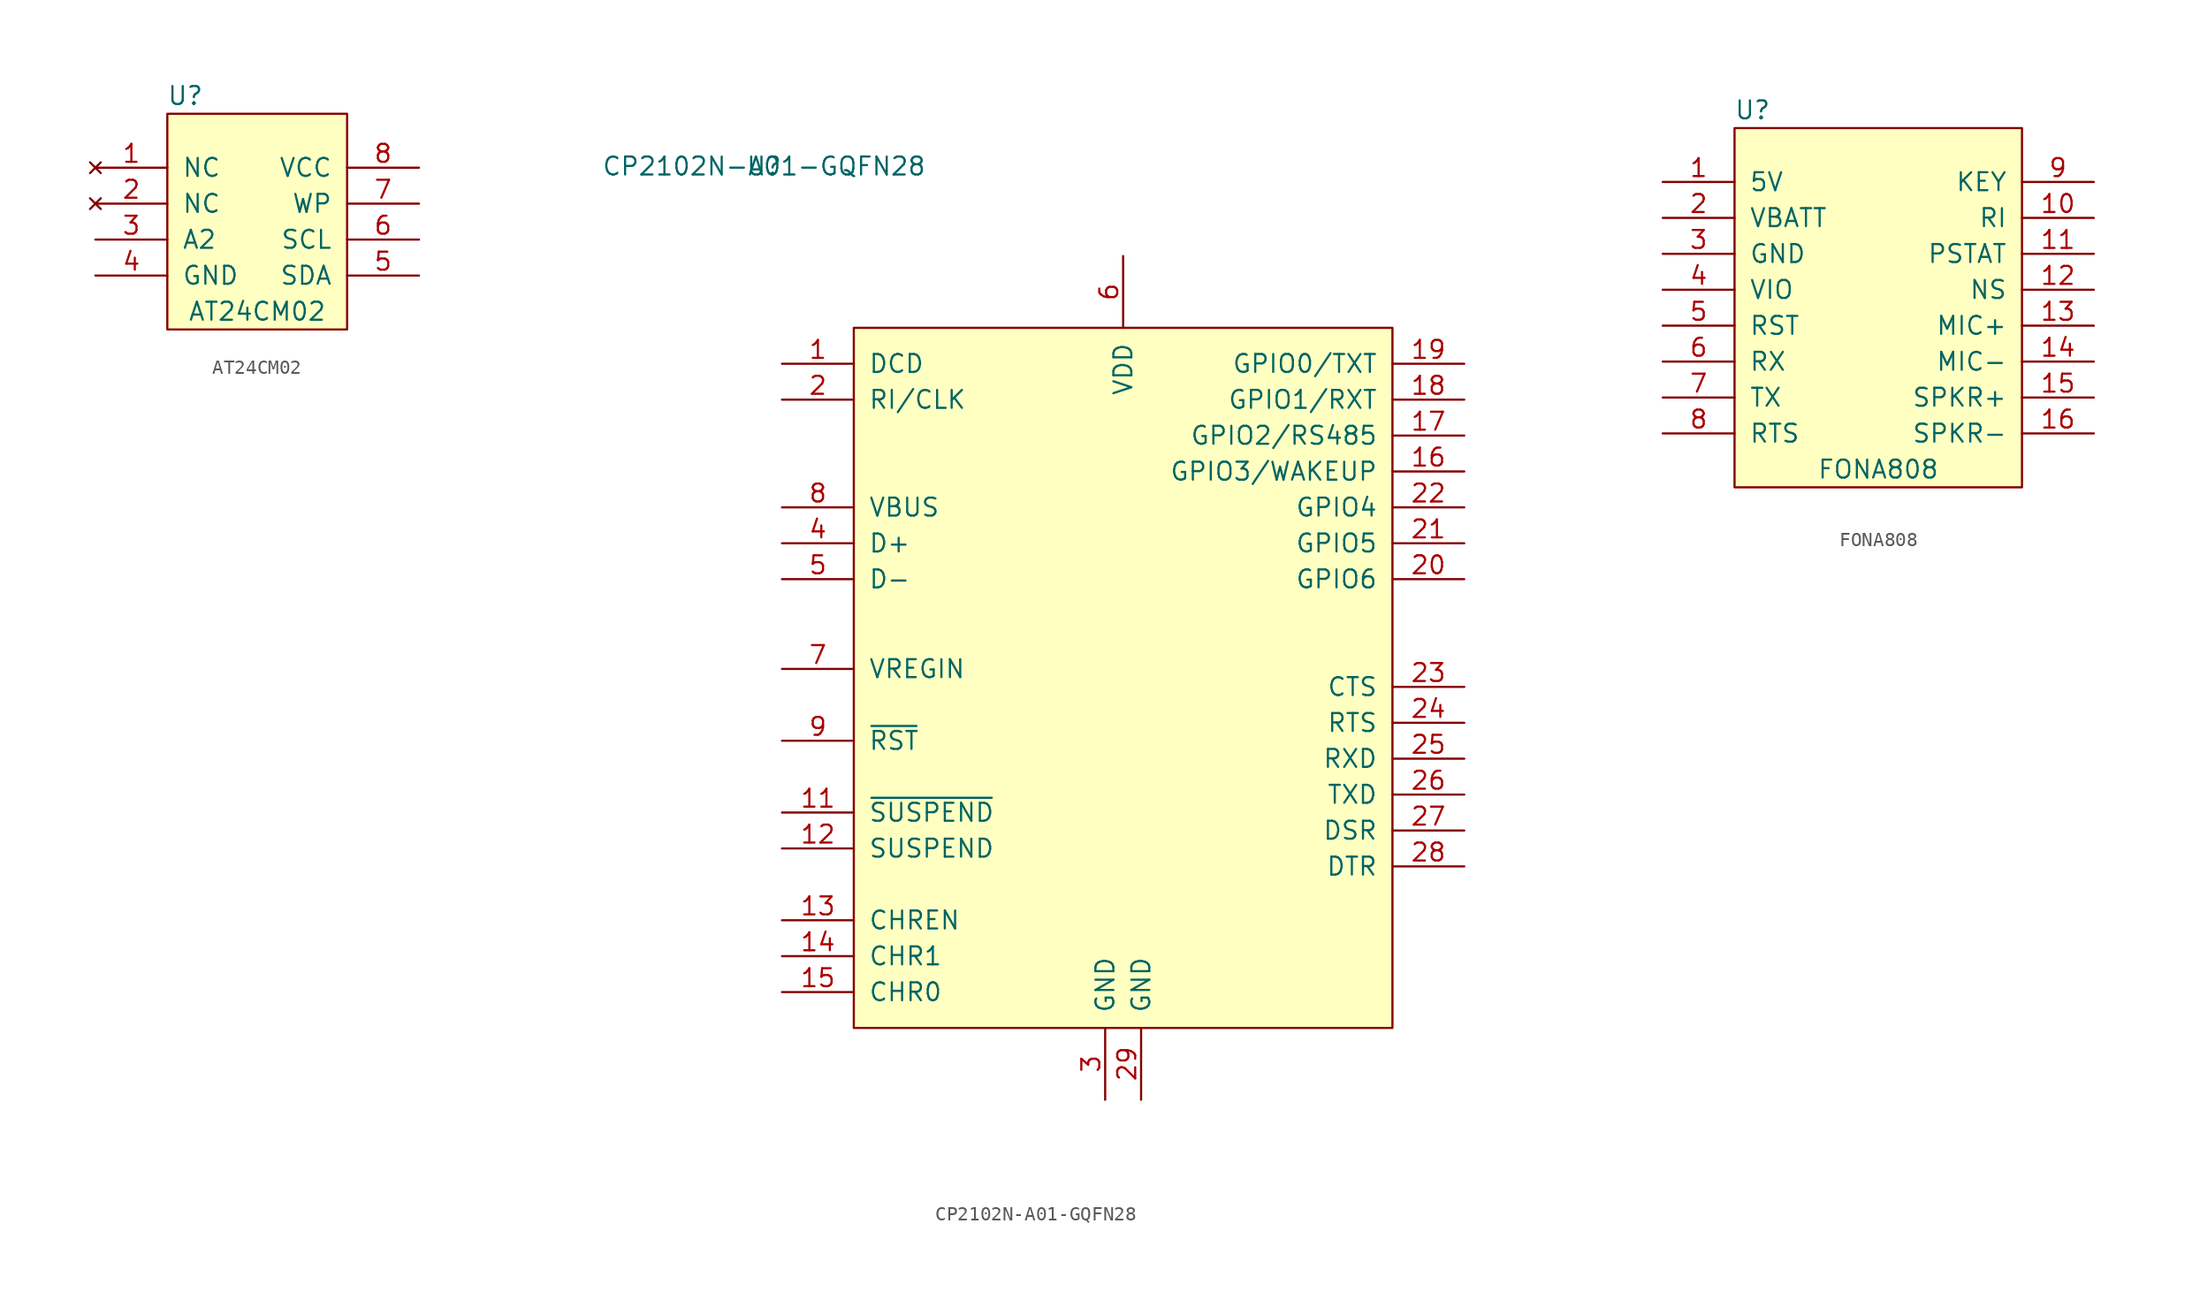
<source format=kicad_sym>
(kicad_symbol_lib
  (version 20211014)
  (generator kicad_symbol_editor)
  (symbol "AT24CM02"
    (pin_names
      (offset 1.016))
    (property "Reference" "U"
      (at -5.08 8.89 0)
      (effects (font (size 1.27 1.27))))
    (property "Value" "AT24CM02"
      (at 0 -6.35 0)
      (effects (font (size 1.27 1.27))))
    (symbol "AT24CM02_0_1"
      (rectangle (start -6.35 7.62) (end 6.35 -7.62) (stroke (width 0) (type default) (color 0 0 0 0)) (fill (type background))))
    (symbol "AT24CM02_1_1"
      (pin no_connect line (at -11.43 3.81 0) (length 5.08) (name "NC" (effects (font (size 1.27 1.27)))) (number "1" (effects (font (size 1.27 1.27)))))
      (pin no_connect line (at -11.43 1.27 0) (length 5.08) (name "NC" (effects (font (size 1.27 1.27)))) (number "2" (effects (font (size 1.27 1.27)))))
      (pin input line (at -11.43 -1.27 0) (length 5.08) (name "A2" (effects (font (size 1.27 1.27)))) (number "3" (effects (font (size 1.27 1.27)))))
      (pin power_in line (at -11.43 -3.81 0) (length 5.08) (name "GND" (effects (font (size 1.27 1.27)))) (number "4" (effects (font (size 1.27 1.27)))))
      (pin bidirectional line (at 11.43 -3.81 180) (length 5.08) (name "SDA" (effects (font (size 1.27 1.27)))) (number "5" (effects (font (size 1.27 1.27)))))
      (pin bidirectional line (at 11.43 -1.27 180) (length 5.08) (name "SCL" (effects (font (size 1.27 1.27)))) (number "6" (effects (font (size 1.27 1.27)))))
      (pin input line (at 11.43 1.27 180) (length 5.08) (name "WP" (effects (font (size 1.27 1.27)))) (number "7" (effects (font (size 1.27 1.27)))))
      (pin power_in line (at 11.43 3.81 180) (length 5.08) (name "VCC" (effects (font (size 1.27 1.27)))) (number "8" (effects (font (size 1.27 1.27)))))))
  (symbol "CP2102N-A01-GQFN28"
    (pin_names
      (offset 1.016))
    (property "Reference" "U"
      (at -25.4 54.61 0)
      (effects (font (size 1.27 1.27))))
    (property "Value" "CP2102N-A01-GQFN28"
      (at -25.4 54.61 0)
      (effects (font (size 1.27 1.27))))
    (symbol "CP2102N-A01-GQFN28_0_1"
      (rectangle (start -19.05 43.18) (end 19.05 -6.35) (stroke (width 0) (type default) (color 0 0 0 0)) (fill (type background))))
    (symbol "CP2102N-A01-GQFN28_1_1"
      (pin input line (at -24.13 40.64 0) (length 5.08) (name "DCD" (effects (font (size 1.27 1.27)))) (number "1" (effects (font (size 1.27 1.27)))))
      (pin no_connect line (at 3.81 -11.43 90) (length 5.08) hide (name "NC" (effects (font (size 1.27 1.27)))) (number "10" (effects (font (size 1.27 1.27)))))
      (pin output line (at -24.13 8.89 0) (length 5.08) (name "~{SUSPEND}" (effects (font (size 1.27 1.27)))) (number "11" (effects (font (size 1.27 1.27)))))
      (pin output line (at -24.13 6.35 0) (length 5.08) (name "SUSPEND" (effects (font (size 1.27 1.27)))) (number "12" (effects (font (size 1.27 1.27)))))
      (pin output line (at -24.13 1.27 0) (length 5.08) (name "CHREN" (effects (font (size 1.27 1.27)))) (number "13" (effects (font (size 1.27 1.27)))))
      (pin output line (at -24.13 -1.27 0) (length 5.08) (name "CHR1" (effects (font (size 1.27 1.27)))) (number "14" (effects (font (size 1.27 1.27)))))
      (pin output line (at -24.13 -3.81 0) (length 5.08) (name "CHR0" (effects (font (size 1.27 1.27)))) (number "15" (effects (font (size 1.27 1.27)))))
      (pin bidirectional line (at 24.13 33.02 180) (length 5.08) (name "GPIO3/WAKEUP" (effects (font (size 1.27 1.27)))) (number "16" (effects (font (size 1.27 1.27)))))
      (pin bidirectional line (at 24.13 35.56 180) (length 5.08) (name "GPIO2/RS485" (effects (font (size 1.27 1.27)))) (number "17" (effects (font (size 1.27 1.27)))))
      (pin bidirectional line (at 24.13 38.1 180) (length 5.08) (name "GPIO1/RXT" (effects (font (size 1.27 1.27)))) (number "18" (effects (font (size 1.27 1.27)))))
      (pin bidirectional line (at 24.13 40.64 180) (length 5.08) (name "GPIO0/TXT" (effects (font (size 1.27 1.27)))) (number "19" (effects (font (size 1.27 1.27)))))
      (pin bidirectional line (at -24.13 38.1 0) (length 5.08) (name "RI/CLK" (effects (font (size 1.27 1.27)))) (number "2" (effects (font (size 1.27 1.27)))))
      (pin bidirectional line (at 24.13 25.4 180) (length 5.08) (name "GPIO6" (effects (font (size 1.27 1.27)))) (number "20" (effects (font (size 1.27 1.27)))))
      (pin bidirectional line (at 24.13 27.94 180) (length 5.08) (name "GPIO5" (effects (font (size 1.27 1.27)))) (number "21" (effects (font (size 1.27 1.27)))))
      (pin bidirectional line (at 24.13 30.48 180) (length 5.08) (name "GPIO4" (effects (font (size 1.27 1.27)))) (number "22" (effects (font (size 1.27 1.27)))))
      (pin input line (at 24.13 17.78 180) (length 5.08) (name "CTS" (effects (font (size 1.27 1.27)))) (number "23" (effects (font (size 1.27 1.27)))))
      (pin output line (at 24.13 15.24 180) (length 5.08) (name "RTS" (effects (font (size 1.27 1.27)))) (number "24" (effects (font (size 1.27 1.27)))))
      (pin input line (at 24.13 12.7 180) (length 5.08) (name "RXD" (effects (font (size 1.27 1.27)))) (number "25" (effects (font (size 1.27 1.27)))))
      (pin output line (at 24.13 10.16 180) (length 5.08) (name "TXD" (effects (font (size 1.27 1.27)))) (number "26" (effects (font (size 1.27 1.27)))))
      (pin input line (at 24.13 7.62 180) (length 5.08) (name "DSR" (effects (font (size 1.27 1.27)))) (number "27" (effects (font (size 1.27 1.27)))))
      (pin output line (at 24.13 5.08 180) (length 5.08) (name "DTR" (effects (font (size 1.27 1.27)))) (number "28" (effects (font (size 1.27 1.27)))))
      (pin power_in line (at 1.27 -11.43 90) (length 5.08) (name "GND" (effects (font (size 1.27 1.27)))) (number "29" (effects (font (size 1.27 1.27)))))
      (pin power_in line (at -1.27 -11.43 90) (length 5.08) (name "GND" (effects (font (size 1.27 1.27)))) (number "3" (effects (font (size 1.27 1.27)))))
      (pin bidirectional line (at -24.13 27.94 0) (length 5.08) (name "D+" (effects (font (size 1.27 1.27)))) (number "4" (effects (font (size 1.27 1.27)))))
      (pin bidirectional line (at -24.13 25.4 0) (length 5.08) (name "D-" (effects (font (size 1.27 1.27)))) (number "5" (effects (font (size 1.27 1.27)))))
      (pin power_in line (at 0 48.26 270) (length 5.08) (name "VDD" (effects (font (size 1.27 1.27)))) (number "6" (effects (font (size 1.27 1.27)))))
      (pin power_in line (at -24.13 19.05 0) (length 5.08) (name "VREGIN" (effects (font (size 1.27 1.27)))) (number "7" (effects (font (size 1.27 1.27)))))
      (pin power_in line (at -24.13 30.48 0) (length 5.08) (name "VBUS" (effects (font (size 1.27 1.27)))) (number "8" (effects (font (size 1.27 1.27)))))
      (pin input line (at -24.13 13.97 0) (length 5.08) (name "~{RST}" (effects (font (size 1.27 1.27)))) (number "9" (effects (font (size 1.27 1.27)))))))
  (symbol "FONA808"
    (pin_names
      (offset 1.016))
    (property "Reference" "U"
      (at -8.89 13.97 0)
      (effects (font (size 1.27 1.27))))
    (property "Value" "FONA808"
      (at 0 -11.43 0)
      (effects (font (size 1.27 1.27))))
    (symbol "FONA808_0_1"
      (rectangle (start -10.16 -12.7) (end 10.16 12.7) (stroke (width 0) (type default) (color 0 0 0 0)) (fill (type background))))
    (symbol "FONA808_1_1"
      (pin power_in line (at -15.24 8.89 0) (length 5.08) (name "5V" (effects (font (size 1.27 1.27)))) (number "1" (effects (font (size 1.27 1.27)))))
      (pin output line (at 15.24 6.35 180) (length 5.08) (name "RI" (effects (font (size 1.27 1.27)))) (number "10" (effects (font (size 1.27 1.27)))))
      (pin output line (at 15.24 3.81 180) (length 5.08) (name "PSTAT" (effects (font (size 1.27 1.27)))) (number "11" (effects (font (size 1.27 1.27)))))
      (pin output line (at 15.24 1.27 180) (length 5.08) (name "NS" (effects (font (size 1.27 1.27)))) (number "12" (effects (font (size 1.27 1.27)))))
      (pin output line (at 15.24 -1.27 180) (length 5.08) (name "MIC+" (effects (font (size 1.27 1.27)))) (number "13" (effects (font (size 1.27 1.27)))))
      (pin output line (at 15.24 -3.81 180) (length 5.08) (name "MIC-" (effects (font (size 1.27 1.27)))) (number "14" (effects (font (size 1.27 1.27)))))
      (pin output line (at 15.24 -6.35 180) (length 5.08) (name "SPKR+" (effects (font (size 1.27 1.27)))) (number "15" (effects (font (size 1.27 1.27)))))
      (pin output line (at 15.24 -8.89 180) (length 5.08) (name "SPKR-" (effects (font (size 1.27 1.27)))) (number "16" (effects (font (size 1.27 1.27)))))
      (pin power_in line (at -15.24 6.35 0) (length 5.08) (name "VBATT" (effects (font (size 1.27 1.27)))) (number "2" (effects (font (size 1.27 1.27)))))
      (pin power_in line (at -15.24 3.81 0) (length 5.08) (name "GND" (effects (font (size 1.27 1.27)))) (number "3" (effects (font (size 1.27 1.27)))))
      (pin power_in line (at -15.24 1.27 0) (length 5.08) (name "VIO" (effects (font (size 1.27 1.27)))) (number "4" (effects (font (size 1.27 1.27)))))
      (pin input line (at -15.24 -1.27 0) (length 5.08) (name "RST" (effects (font (size 1.27 1.27)))) (number "5" (effects (font (size 1.27 1.27)))))
      (pin input line (at -15.24 -3.81 0) (length 5.08) (name "RX" (effects (font (size 1.27 1.27)))) (number "6" (effects (font (size 1.27 1.27)))))
      (pin output line (at -15.24 -6.35 0) (length 5.08) (name "TX" (effects (font (size 1.27 1.27)))) (number "7" (effects (font (size 1.27 1.27)))))
      (pin output line (at -15.24 -8.89 0) (length 5.08) (name "RTS" (effects (font (size 1.27 1.27)))) (number "8" (effects (font (size 1.27 1.27)))))
      (pin input line (at 15.24 8.89 180) (length 5.08) (name "KEY" (effects (font (size 1.27 1.27)))) (number "9" (effects (font (size 1.27 1.27))))))))
</source>
